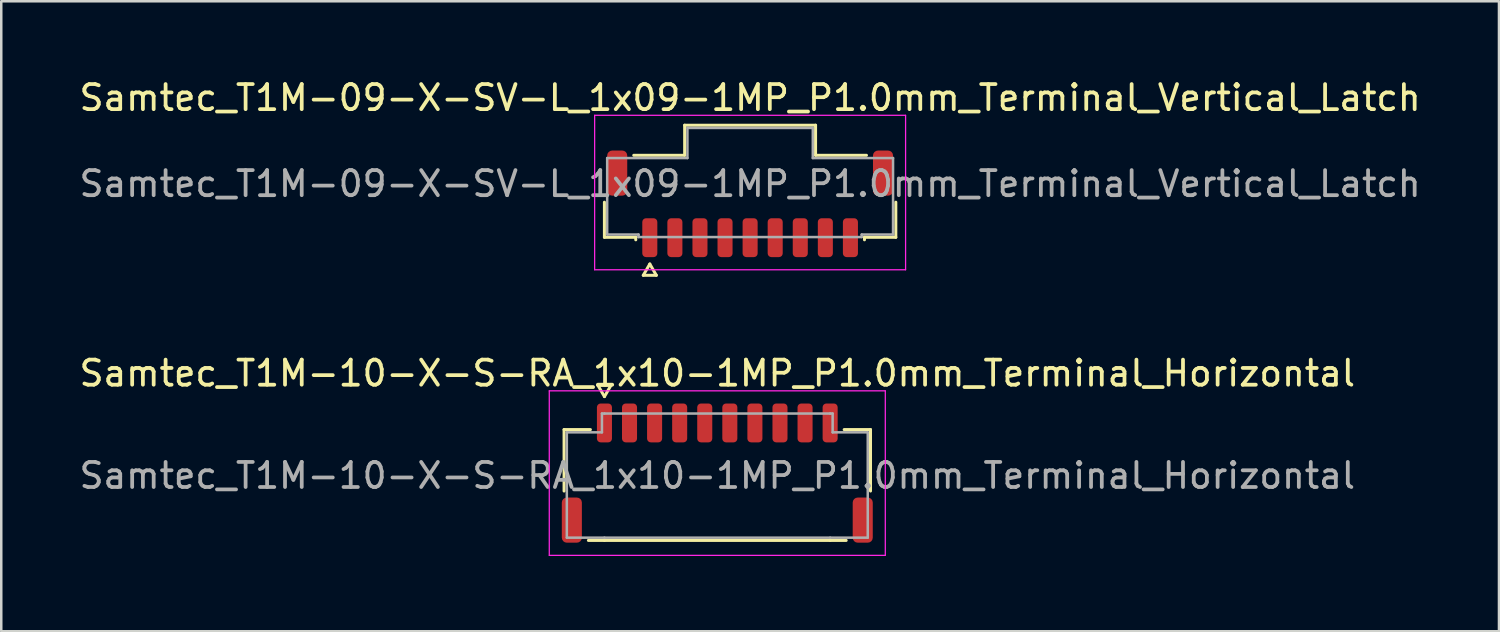
<source format=kicad_pcb>
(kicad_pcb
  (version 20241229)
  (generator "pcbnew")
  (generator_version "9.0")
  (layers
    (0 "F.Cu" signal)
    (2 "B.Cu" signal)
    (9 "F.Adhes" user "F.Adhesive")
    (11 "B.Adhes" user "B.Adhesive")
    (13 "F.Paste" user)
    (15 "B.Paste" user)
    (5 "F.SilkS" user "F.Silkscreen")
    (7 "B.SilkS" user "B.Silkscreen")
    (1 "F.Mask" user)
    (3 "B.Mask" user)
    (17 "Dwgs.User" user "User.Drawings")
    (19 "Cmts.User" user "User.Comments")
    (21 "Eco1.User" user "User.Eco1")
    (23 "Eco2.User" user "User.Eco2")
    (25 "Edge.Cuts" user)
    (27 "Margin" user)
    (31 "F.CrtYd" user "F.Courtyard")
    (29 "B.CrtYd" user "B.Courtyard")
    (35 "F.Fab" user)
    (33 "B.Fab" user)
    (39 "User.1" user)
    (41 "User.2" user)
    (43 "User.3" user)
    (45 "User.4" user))
  (footprint "Samtec_T1M-10-X-S-RA_1x10-1MP_P1.0mm_Terminal_Horizontal"
    (layer "F.Cu")
    (at 25.554 15.916)
    (property "Reference" "Samtec_T1M-10-X-S-RA_1x10-1MP_P1.0mm_Terminal_Horizontal" (at 0 -4.08 0) (layer "F.SilkS") (effects (font (size 1 1) (thickness 0.15))))
    (attr smd)
    (fp_line (start -6.11 -1.835) (end -5.06 -1.835) (stroke (width 0.12) (type solid)) (layer "F.SilkS"))
    (fp_line (start -6.11 0.615) (end -6.11 -1.835) (stroke (width 0.12) (type solid)) (layer "F.SilkS"))
    (fp_line (start -4.76 -3.6) (end -4.5 -3.15) (stroke (width 0.12) (type solid)) (layer "F.SilkS"))
    (fp_line (start -4.5 -3.15) (end -4.24 -3.6) (stroke (width 0.12) (type solid)) (layer "F.SilkS"))
    (fp_line (start -4.5 2.585) (end -5.14 2.585) (stroke (width 0.12) (type solid)) (layer "F.SilkS"))
    (fp_line (start -4.24 -3.6) (end -4.76 -3.6) (stroke (width 0.12) (type solid)) (layer "F.SilkS"))
    (fp_line (start 4.5 2.585) (end -4.5 2.585) (stroke (width 0.12) (type solid)) (layer "F.SilkS"))
    (fp_line (start 5.06 -1.835) (end 6.11 -1.835) (stroke (width 0.12) (type solid)) (layer "F.SilkS"))
    (fp_line (start 5.14 2.585) (end 4.5 2.585) (stroke (width 0.12) (type solid)) (layer "F.SilkS"))
    (fp_line (start 6.11 -1.835) (end 6.11 0.615) (stroke (width 0.12) (type solid)) (layer "F.SilkS"))
    (fp_line (start -6.7 -3.38) (end -6.7 3.18) (stroke (width 0.05) (type solid)) (layer "F.CrtYd"))
    (fp_line (start -6.7 3.18) (end 6.7 3.18) (stroke (width 0.05) (type solid)) (layer "F.CrtYd"))
    (fp_line (start 6.7 -3.38) (end -6.7 -3.38) (stroke (width 0.05) (type solid)) (layer "F.CrtYd"))
    (fp_line (start 6.7 3.18) (end 6.7 -3.38) (stroke (width 0.05) (type solid)) (layer "F.CrtYd"))
    (fp_line (start -6 -1.725) (end -4.6 -1.725) (stroke (width 0.1) (type solid)) (layer "F.Fab"))
    (fp_line (start -6 2.475) (end -6 -1.725) (stroke (width 0.1) (type solid)) (layer "F.Fab"))
    (fp_line (start -4.6 -2.475) (end -4.5 -2.475) (stroke (width 0.1) (type solid)) (layer "F.Fab"))
    (fp_line (start -4.6 -1.725) (end -4.6 -2.475) (stroke (width 0.1) (type solid)) (layer "F.Fab"))
    (fp_line (start -4.5 -2.475) (end 4.5 -2.475) (stroke (width 0.1) (type solid)) (layer "F.Fab"))
    (fp_line (start -4.5 2.475) (end -6 2.475) (stroke (width 0.1) (type solid)) (layer "F.Fab"))
    (fp_line (start 4.5 -2.475) (end 4.6 -2.475) (stroke (width 0.1) (type solid)) (layer "F.Fab"))
    (fp_line (start 4.5 2.475) (end -4.5 2.475) (stroke (width 0.1) (type solid)) (layer "F.Fab"))
    (fp_line (start 4.6 -2.475) (end 4.6 -1.725) (stroke (width 0.1) (type solid)) (layer "F.Fab"))
    (fp_line (start 4.6 -1.725) (end 6 -1.725) (stroke (width 0.1) (type solid)) (layer "F.Fab"))
    (fp_line (start 6 -1.725) (end 6 2.475) (stroke (width 0.1) (type solid)) (layer "F.Fab"))
    (fp_line (start 6 2.475) (end 4.5 2.475) (stroke (width 0.1) (type solid)) (layer "F.Fab"))
    (fp_text user "${REFERENCE}" (at 0 0 0) (layer "F.Fab") (effects (font (size 1 1) (thickness 0.15))))
    (pad "1" smd roundrect (at -4.5 -2.1) (size 0.6 1.55) (layers "F.Cu" "F.Mask" "F.Paste") (roundrect_rratio 0.25))
    (pad "2" smd roundrect (at -3.5 -2.1) (size 0.6 1.55) (layers "F.Cu" "F.Mask" "F.Paste") (roundrect_rratio 0.25))
    (pad "3" smd roundrect (at -2.5 -2.1) (size 0.6 1.55) (layers "F.Cu" "F.Mask" "F.Paste") (roundrect_rratio 0.25))
    (pad "4" smd roundrect (at -1.5 -2.1) (size 0.6 1.55) (layers "F.Cu" "F.Mask" "F.Paste") (roundrect_rratio 0.25))
    (pad "5" smd roundrect (at -0.5 -2.1) (size 0.6 1.55) (layers "F.Cu" "F.Mask" "F.Paste") (roundrect_rratio 0.25))
    (pad "6" smd roundrect (at 0.5 -2.1) (size 0.6 1.55) (layers "F.Cu" "F.Mask" "F.Paste") (roundrect_rratio 0.25))
    (pad "7" smd roundrect (at 1.5 -2.1) (size 0.6 1.55) (layers "F.Cu" "F.Mask" "F.Paste") (roundrect_rratio 0.25))
    (pad "8" smd roundrect (at 2.5 -2.1) (size 0.6 1.55) (layers "F.Cu" "F.Mask" "F.Paste") (roundrect_rratio 0.25))
    (pad "9" smd roundrect (at 3.5 -2.1) (size 0.6 1.55) (layers "F.Cu" "F.Mask" "F.Paste") (roundrect_rratio 0.25))
    (pad "10" smd roundrect (at 4.5 -2.1) (size 0.6 1.55) (layers "F.Cu" "F.Mask" "F.Paste") (roundrect_rratio 0.25))
    (pad "MP" smd roundrect (at -5.8 1.775) (size 0.8 1.8) (layers "F.Cu" "F.Mask" "F.Paste") (roundrect_rratio 0.25))
    (pad "MP" smd roundrect (at 5.8 1.775) (size 0.8 1.8) (layers "F.Cu" "F.Mask" "F.Paste") (roundrect_rratio 0.25)))
  (footprint "Samtec_T1M-09-X-SV-L_1x09-1MP_P1.0mm_Terminal_Vertical_Latch"
    (layer "F.Cu")
    (at 26.863 4.278)
    (property "Reference" "Samtec_T1M-09-X-SV-L_1x09-1MP_P1.0mm_Terminal_Vertical_Latch" (at 0 -3.43 0) (layer "F.SilkS") (effects (font (size 1 1) (thickness 0.15))))
    (attr smd)
    (fp_line (start -5.81 2.135) (end -5.81 0.735) (stroke (width 0.12) (type solid)) (layer "F.SilkS"))
    (fp_line (start -4.64 -1.135) (end -2.61 -1.135) (stroke (width 0.12) (type solid)) (layer "F.SilkS"))
    (fp_line (start -4.56 2.135) (end -5.81 2.135) (stroke (width 0.12) (type solid)) (layer "F.SilkS"))
    (fp_line (start -4.56 2.235) (end -4.56 2.135) (stroke (width 0.12) (type solid)) (layer "F.SilkS"))
    (fp_line (start -4.26 3.65) (end -4 3.2) (stroke (width 0.12) (type solid)) (layer "F.SilkS"))
    (fp_line (start -4 3.2) (end -3.74 3.65) (stroke (width 0.12) (type solid)) (layer "F.SilkS"))
    (fp_line (start -3.74 3.65) (end -4.26 3.65) (stroke (width 0.12) (type solid)) (layer "F.SilkS"))
    (fp_line (start -2.61 -2.335) (end 2.61 -2.335) (stroke (width 0.12) (type solid)) (layer "F.SilkS"))
    (fp_line (start -2.61 -1.135) (end -2.61 -2.335) (stroke (width 0.12) (type solid)) (layer "F.SilkS"))
    (fp_line (start 2.61 -2.335) (end 2.61 -1.135) (stroke (width 0.12) (type solid)) (layer "F.SilkS"))
    (fp_line (start 2.61 -1.135) (end 4.64 -1.135) (stroke (width 0.12) (type solid)) (layer "F.SilkS"))
    (fp_line (start 4.56 2.135) (end 4.56 2.235) (stroke (width 0.12) (type solid)) (layer "F.SilkS"))
    (fp_line (start 5.81 0.735) (end 5.81 2.135) (stroke (width 0.12) (type solid)) (layer "F.SilkS"))
    (fp_line (start 5.81 2.135) (end 4.56 2.135) (stroke (width 0.12) (type solid)) (layer "F.SilkS"))
    (fp_line (start -6.2 -2.73) (end -6.2 3.43) (stroke (width 0.05) (type solid)) (layer "F.CrtYd"))
    (fp_line (start -6.2 3.43) (end 6.2 3.43) (stroke (width 0.05) (type solid)) (layer "F.CrtYd"))
    (fp_line (start 6.2 -2.73) (end -6.2 -2.73) (stroke (width 0.05) (type solid)) (layer "F.CrtYd"))
    (fp_line (start 6.2 3.43) (end 6.2 -2.73) (stroke (width 0.05) (type solid)) (layer "F.CrtYd"))
    (fp_line (start -5.7 -1.025) (end -2.5 -1.025) (stroke (width 0.1) (type solid)) (layer "F.Fab"))
    (fp_line (start -5.7 2.025) (end -5.7 -1.025) (stroke (width 0.1) (type solid)) (layer "F.Fab"))
    (fp_line (start -4.45 2.025) (end -5.7 2.025) (stroke (width 0.1) (type solid)) (layer "F.Fab"))
    (fp_line (start -4.45 2.125) (end -4.45 2.025) (stroke (width 0.1) (type solid)) (layer "F.Fab"))
    (fp_line (start -2.5 -2.225) (end 2.5 -2.225) (stroke (width 0.1) (type solid)) (layer "F.Fab"))
    (fp_line (start -2.5 -1.025) (end -2.5 -2.225) (stroke (width 0.1) (type solid)) (layer "F.Fab"))
    (fp_line (start 2.5 -2.225) (end 2.5 -1.025) (stroke (width 0.1) (type solid)) (layer "F.Fab"))
    (fp_line (start 2.5 -1.025) (end 5.7 -1.025) (stroke (width 0.1) (type solid)) (layer "F.Fab"))
    (fp_line (start 4.45 2.025) (end 4.45 2.125) (stroke (width 0.1) (type solid)) (layer "F.Fab"))
    (fp_line (start 4.45 2.125) (end -4.45 2.125) (stroke (width 0.1) (type solid)) (layer "F.Fab"))
    (fp_line (start 5.7 -1.025) (end 5.7 2.025) (stroke (width 0.1) (type solid)) (layer "F.Fab"))
    (fp_line (start 5.7 2.025) (end 4.45 2.025) (stroke (width 0.1) (type solid)) (layer "F.Fab"))
    (fp_text user "${REFERENCE}" (at 0 0 0) (layer "F.Fab") (effects (font (size 1 1) (thickness 0.15))))
    (pad "1" smd roundrect (at -4 2.15) (size 0.6 1.55) (layers "F.Cu" "F.Mask" "F.Paste") (roundrect_rratio 0.25))
    (pad "2" smd roundrect (at -3 2.15) (size 0.6 1.55) (layers "F.Cu" "F.Mask" "F.Paste") (roundrect_rratio 0.25))
    (pad "3" smd roundrect (at -2 2.15) (size 0.6 1.55) (layers "F.Cu" "F.Mask" "F.Paste") (roundrect_rratio 0.25))
    (pad "4" smd roundrect (at -1 2.15) (size 0.6 1.55) (layers "F.Cu" "F.Mask" "F.Paste") (roundrect_rratio 0.25))
    (pad "5" smd roundrect (at 0 2.15) (size 0.6 1.55) (layers "F.Cu" "F.Mask" "F.Paste") (roundrect_rratio 0.25))
    (pad "6" smd roundrect (at 1 2.15) (size 0.6 1.55) (layers "F.Cu" "F.Mask" "F.Paste") (roundrect_rratio 0.25))
    (pad "7" smd roundrect (at 2 2.15) (size 0.6 1.55) (layers "F.Cu" "F.Mask" "F.Paste") (roundrect_rratio 0.25))
    (pad "8" smd roundrect (at 3 2.15) (size 0.6 1.55) (layers "F.Cu" "F.Mask" "F.Paste") (roundrect_rratio 0.25))
    (pad "9" smd roundrect (at 4 2.15) (size 0.6 1.55) (layers "F.Cu" "F.Mask" "F.Paste") (roundrect_rratio 0.25))
    (pad "MP" smd roundrect (at -5.3 -0.425) (size 0.8 1.8) (layers "F.Cu" "F.Mask" "F.Paste") (roundrect_rratio 0.25))
    (pad "MP" smd roundrect (at 5.3 -0.425) (size 0.8 1.8) (layers "F.Cu" "F.Mask" "F.Paste") (roundrect_rratio 0.25)))
  (gr_rect
    (start -3 -3)
    (end 56.726 22.122)
    (stroke (width 0.1) (type default))
    (fill no)
    (layer "Edge.Cuts")))
</source>
